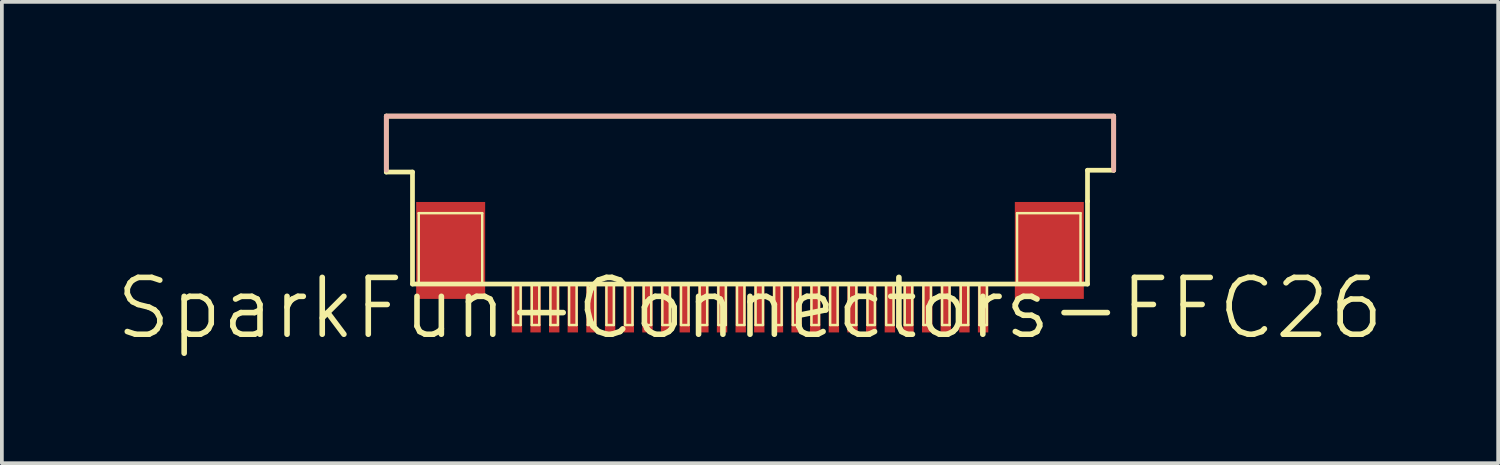
<source format=kicad_pcb>
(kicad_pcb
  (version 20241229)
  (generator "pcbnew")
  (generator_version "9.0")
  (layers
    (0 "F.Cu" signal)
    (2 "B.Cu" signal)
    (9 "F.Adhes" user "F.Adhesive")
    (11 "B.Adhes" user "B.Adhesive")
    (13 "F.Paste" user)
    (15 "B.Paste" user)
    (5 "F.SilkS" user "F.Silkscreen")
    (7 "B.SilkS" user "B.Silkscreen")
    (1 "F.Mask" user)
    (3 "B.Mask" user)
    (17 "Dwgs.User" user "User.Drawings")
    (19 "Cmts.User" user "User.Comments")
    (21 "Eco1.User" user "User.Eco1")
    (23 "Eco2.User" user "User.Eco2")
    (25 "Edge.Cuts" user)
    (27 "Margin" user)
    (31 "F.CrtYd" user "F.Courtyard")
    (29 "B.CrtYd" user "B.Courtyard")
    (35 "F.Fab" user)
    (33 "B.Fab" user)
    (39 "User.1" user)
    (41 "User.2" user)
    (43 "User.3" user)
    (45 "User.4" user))
  (footprint "SparkFun-Connectors-FFC26"
    (layer "F.Cu")
    (at 17.054 5.212)
    (property "Reference" "SparkFun-Connectors-FFC26" (at 0 0 0) (layer "F.SilkS") (effects (font (size 1.524 1.524) (thickness 0.15))))
    (attr smd)
    (fp_line (start -9.749 -5.149) (end -9.749 -3.65) (stroke (width 0.127) (type solid)) (layer "F.SilkS"))
    (fp_line (start -9.749 -5.149) (end 9.749 -5.149) (stroke (width 0.127) (type solid)) (layer "F.SilkS"))
    (fp_line (start -9.749 -3.65) (end -9.047 -3.65) (stroke (width 0.127) (type solid)) (layer "F.SilkS"))
    (fp_line (start -9.047 -3.65) (end -9.047 -0.648) (stroke (width 0.127) (type solid)) (layer "F.SilkS"))
    (fp_line (start -9.047 -0.648) (end 9.047 -0.648) (stroke (width 0.127) (type solid)) (layer "F.SilkS"))
    (fp_line (start -8.88 -2.548) (end -7.178 -2.548) (stroke (width 0.066) (type solid)) (layer "F.SilkS"))
    (fp_line (start -8.88 -0.648) (end -8.88 -2.548) (stroke (width 0.066) (type solid)) (layer "F.SilkS"))
    (fp_line (start -8.88 -0.648) (end -7.178 -0.648) (stroke (width 0.066) (type solid)) (layer "F.SilkS"))
    (fp_line (start -7.178 -0.648) (end -7.178 -2.548) (stroke (width 0.066) (type solid)) (layer "F.SilkS"))
    (fp_line (start -6.35 -0.648) (end -6.149 -0.648) (stroke (width 0.066) (type solid)) (layer "F.SilkS"))
    (fp_line (start -6.35 0.45) (end -6.35 -0.648) (stroke (width 0.066) (type solid)) (layer "F.SilkS"))
    (fp_line (start -6.35 0.45) (end -6.149 0.45) (stroke (width 0.066) (type solid)) (layer "F.SilkS"))
    (fp_line (start -6.149 0.45) (end -6.149 -0.648) (stroke (width 0.066) (type solid)) (layer "F.SilkS"))
    (fp_line (start -5.85 -0.648) (end -5.649 -0.648) (stroke (width 0.066) (type solid)) (layer "F.SilkS"))
    (fp_line (start -5.85 0.45) (end -5.85 -0.648) (stroke (width 0.066) (type solid)) (layer "F.SilkS"))
    (fp_line (start -5.85 0.45) (end -5.649 0.45) (stroke (width 0.066) (type solid)) (layer "F.SilkS"))
    (fp_line (start -5.649 0.45) (end -5.649 -0.648) (stroke (width 0.066) (type solid)) (layer "F.SilkS"))
    (fp_line (start -5.349 -0.648) (end -5.149 -0.648) (stroke (width 0.066) (type solid)) (layer "F.SilkS"))
    (fp_line (start -5.349 0.45) (end -5.349 -0.648) (stroke (width 0.066) (type solid)) (layer "F.SilkS"))
    (fp_line (start -5.349 0.45) (end -5.149 0.45) (stroke (width 0.066) (type solid)) (layer "F.SilkS"))
    (fp_line (start -5.149 0.45) (end -5.149 -0.648) (stroke (width 0.066) (type solid)) (layer "F.SilkS"))
    (fp_line (start -4.849 -0.648) (end -4.648 -0.648) (stroke (width 0.066) (type solid)) (layer "F.SilkS"))
    (fp_line (start -4.849 0.45) (end -4.849 -0.648) (stroke (width 0.066) (type solid)) (layer "F.SilkS"))
    (fp_line (start -4.849 0.45) (end -4.648 0.45) (stroke (width 0.066) (type solid)) (layer "F.SilkS"))
    (fp_line (start -4.648 0.45) (end -4.648 -0.648) (stroke (width 0.066) (type solid)) (layer "F.SilkS"))
    (fp_line (start -4.348 -0.648) (end -4.148 -0.648) (stroke (width 0.066) (type solid)) (layer "F.SilkS"))
    (fp_line (start -4.348 0.45) (end -4.348 -0.648) (stroke (width 0.066) (type solid)) (layer "F.SilkS"))
    (fp_line (start -4.348 0.45) (end -4.148 0.45) (stroke (width 0.066) (type solid)) (layer "F.SilkS"))
    (fp_line (start -4.148 0.45) (end -4.148 -0.648) (stroke (width 0.066) (type solid)) (layer "F.SilkS"))
    (fp_line (start -3.848 -0.648) (end -3.65 -0.648) (stroke (width 0.066) (type solid)) (layer "F.SilkS"))
    (fp_line (start -3.848 0.45) (end -3.848 -0.648) (stroke (width 0.066) (type solid)) (layer "F.SilkS"))
    (fp_line (start -3.848 0.45) (end -3.65 0.45) (stroke (width 0.066) (type solid)) (layer "F.SilkS"))
    (fp_line (start -3.65 0.45) (end -3.65 -0.648) (stroke (width 0.066) (type solid)) (layer "F.SilkS"))
    (fp_line (start -3.348 -0.648) (end -3.15 -0.648) (stroke (width 0.066) (type solid)) (layer "F.SilkS"))
    (fp_line (start -3.348 0.45) (end -3.348 -0.648) (stroke (width 0.066) (type solid)) (layer "F.SilkS"))
    (fp_line (start -3.348 0.45) (end -3.15 0.45) (stroke (width 0.066) (type solid)) (layer "F.SilkS"))
    (fp_line (start -3.15 0.45) (end -3.15 -0.648) (stroke (width 0.066) (type solid)) (layer "F.SilkS"))
    (fp_line (start -2.85 -0.648) (end -2.649 -0.648) (stroke (width 0.066) (type solid)) (layer "F.SilkS"))
    (fp_line (start -2.85 0.45) (end -2.85 -0.648) (stroke (width 0.066) (type solid)) (layer "F.SilkS"))
    (fp_line (start -2.85 0.45) (end -2.649 0.45) (stroke (width 0.066) (type solid)) (layer "F.SilkS"))
    (fp_line (start -2.649 0.45) (end -2.649 -0.648) (stroke (width 0.066) (type solid)) (layer "F.SilkS"))
    (fp_line (start -2.349 -0.648) (end -2.149 -0.648) (stroke (width 0.066) (type solid)) (layer "F.SilkS"))
    (fp_line (start -2.349 0.45) (end -2.349 -0.648) (stroke (width 0.066) (type solid)) (layer "F.SilkS"))
    (fp_line (start -2.349 0.45) (end -2.149 0.45) (stroke (width 0.066) (type solid)) (layer "F.SilkS"))
    (fp_line (start -2.149 0.45) (end -2.149 -0.648) (stroke (width 0.066) (type solid)) (layer "F.SilkS"))
    (fp_line (start -1.849 -0.648) (end -1.648 -0.648) (stroke (width 0.066) (type solid)) (layer "F.SilkS"))
    (fp_line (start -1.849 0.45) (end -1.849 -0.648) (stroke (width 0.066) (type solid)) (layer "F.SilkS"))
    (fp_line (start -1.849 0.45) (end -1.648 0.45) (stroke (width 0.066) (type solid)) (layer "F.SilkS"))
    (fp_line (start -1.648 0.45) (end -1.648 -0.648) (stroke (width 0.066) (type solid)) (layer "F.SilkS"))
    (fp_line (start -1.349 -0.648) (end -1.148 -0.648) (stroke (width 0.066) (type solid)) (layer "F.SilkS"))
    (fp_line (start -1.349 0.45) (end -1.349 -0.648) (stroke (width 0.066) (type solid)) (layer "F.SilkS"))
    (fp_line (start -1.349 0.45) (end -1.148 0.45) (stroke (width 0.066) (type solid)) (layer "F.SilkS"))
    (fp_line (start -1.148 0.45) (end -1.148 -0.648) (stroke (width 0.066) (type solid)) (layer "F.SilkS"))
    (fp_line (start -0.848 -0.648) (end -0.648 -0.648) (stroke (width 0.066) (type solid)) (layer "F.SilkS"))
    (fp_line (start -0.848 0.45) (end -0.848 -0.648) (stroke (width 0.066) (type solid)) (layer "F.SilkS"))
    (fp_line (start -0.848 0.45) (end -0.648 0.45) (stroke (width 0.066) (type solid)) (layer "F.SilkS"))
    (fp_line (start -0.648 0.45) (end -0.648 -0.648) (stroke (width 0.066) (type solid)) (layer "F.SilkS"))
    (fp_line (start -0.348 -0.648) (end -0.15 -0.648) (stroke (width 0.066) (type solid)) (layer "F.SilkS"))
    (fp_line (start -0.348 0.45) (end -0.348 -0.648) (stroke (width 0.066) (type solid)) (layer "F.SilkS"))
    (fp_line (start -0.348 0.45) (end -0.15 0.45) (stroke (width 0.066) (type solid)) (layer "F.SilkS"))
    (fp_line (start -0.15 0.45) (end -0.15 -0.648) (stroke (width 0.066) (type solid)) (layer "F.SilkS"))
    (fp_line (start 0.15 -0.648) (end 0.348 -0.648) (stroke (width 0.066) (type solid)) (layer "F.SilkS"))
    (fp_line (start 0.15 0.45) (end 0.15 -0.648) (stroke (width 0.066) (type solid)) (layer "F.SilkS"))
    (fp_line (start 0.15 0.45) (end 0.348 0.45) (stroke (width 0.066) (type solid)) (layer "F.SilkS"))
    (fp_line (start 0.348 0.45) (end 0.348 -0.648) (stroke (width 0.066) (type solid)) (layer "F.SilkS"))
    (fp_line (start 0.648 -0.648) (end 0.848 -0.648) (stroke (width 0.066) (type solid)) (layer "F.SilkS"))
    (fp_line (start 0.648 0.45) (end 0.648 -0.648) (stroke (width 0.066) (type solid)) (layer "F.SilkS"))
    (fp_line (start 0.648 0.45) (end 0.848 0.45) (stroke (width 0.066) (type solid)) (layer "F.SilkS"))
    (fp_line (start 0.848 0.45) (end 0.848 -0.648) (stroke (width 0.066) (type solid)) (layer "F.SilkS"))
    (fp_line (start 1.148 -0.648) (end 1.349 -0.648) (stroke (width 0.066) (type solid)) (layer "F.SilkS"))
    (fp_line (start 1.148 0.45) (end 1.148 -0.648) (stroke (width 0.066) (type solid)) (layer "F.SilkS"))
    (fp_line (start 1.148 0.45) (end 1.349 0.45) (stroke (width 0.066) (type solid)) (layer "F.SilkS"))
    (fp_line (start 1.349 0.45) (end 1.349 -0.648) (stroke (width 0.066) (type solid)) (layer "F.SilkS"))
    (fp_line (start 1.648 -0.648) (end 1.849 -0.648) (stroke (width 0.066) (type solid)) (layer "F.SilkS"))
    (fp_line (start 1.648 0.45) (end 1.648 -0.648) (stroke (width 0.066) (type solid)) (layer "F.SilkS"))
    (fp_line (start 1.648 0.45) (end 1.849 0.45) (stroke (width 0.066) (type solid)) (layer "F.SilkS"))
    (fp_line (start 1.849 0.45) (end 1.849 -0.648) (stroke (width 0.066) (type solid)) (layer "F.SilkS"))
    (fp_line (start 2.149 -0.648) (end 2.349 -0.648) (stroke (width 0.066) (type solid)) (layer "F.SilkS"))
    (fp_line (start 2.149 0.45) (end 2.149 -0.648) (stroke (width 0.066) (type solid)) (layer "F.SilkS"))
    (fp_line (start 2.149 0.45) (end 2.349 0.45) (stroke (width 0.066) (type solid)) (layer "F.SilkS"))
    (fp_line (start 2.349 0.45) (end 2.349 -0.648) (stroke (width 0.066) (type solid)) (layer "F.SilkS"))
    (fp_line (start 2.649 -0.648) (end 2.85 -0.648) (stroke (width 0.066) (type solid)) (layer "F.SilkS"))
    (fp_line (start 2.649 0.45) (end 2.649 -0.648) (stroke (width 0.066) (type solid)) (layer "F.SilkS"))
    (fp_line (start 2.649 0.45) (end 2.85 0.45) (stroke (width 0.066) (type solid)) (layer "F.SilkS"))
    (fp_line (start 2.85 0.45) (end 2.85 -0.648) (stroke (width 0.066) (type solid)) (layer "F.SilkS"))
    (fp_line (start 3.15 -0.648) (end 3.348 -0.648) (stroke (width 0.066) (type solid)) (layer "F.SilkS"))
    (fp_line (start 3.15 0.45) (end 3.15 -0.648) (stroke (width 0.066) (type solid)) (layer "F.SilkS"))
    (fp_line (start 3.15 0.45) (end 3.348 0.45) (stroke (width 0.066) (type solid)) (layer "F.SilkS"))
    (fp_line (start 3.348 0.45) (end 3.348 -0.648) (stroke (width 0.066) (type solid)) (layer "F.SilkS"))
    (fp_line (start 3.65 -0.648) (end 3.848 -0.648) (stroke (width 0.066) (type solid)) (layer "F.SilkS"))
    (fp_line (start 3.65 0.45) (end 3.65 -0.648) (stroke (width 0.066) (type solid)) (layer "F.SilkS"))
    (fp_line (start 3.65 0.45) (end 3.848 0.45) (stroke (width 0.066) (type solid)) (layer "F.SilkS"))
    (fp_line (start 3.848 0.45) (end 3.848 -0.648) (stroke (width 0.066) (type solid)) (layer "F.SilkS"))
    (fp_line (start 4.148 -0.648) (end 4.348 -0.648) (stroke (width 0.066) (type solid)) (layer "F.SilkS"))
    (fp_line (start 4.148 0.45) (end 4.148 -0.648) (stroke (width 0.066) (type solid)) (layer "F.SilkS"))
    (fp_line (start 4.148 0.45) (end 4.348 0.45) (stroke (width 0.066) (type solid)) (layer "F.SilkS"))
    (fp_line (start 4.348 0.45) (end 4.348 -0.648) (stroke (width 0.066) (type solid)) (layer "F.SilkS"))
    (fp_line (start 4.648 -0.648) (end 4.849 -0.648) (stroke (width 0.066) (type solid)) (layer "F.SilkS"))
    (fp_line (start 4.648 0.45) (end 4.648 -0.648) (stroke (width 0.066) (type solid)) (layer "F.SilkS"))
    (fp_line (start 4.648 0.45) (end 4.849 0.45) (stroke (width 0.066) (type solid)) (layer "F.SilkS"))
    (fp_line (start 4.849 0.45) (end 4.849 -0.648) (stroke (width 0.066) (type solid)) (layer "F.SilkS"))
    (fp_line (start 5.149 -0.648) (end 5.349 -0.648) (stroke (width 0.066) (type solid)) (layer "F.SilkS"))
    (fp_line (start 5.149 0.45) (end 5.149 -0.648) (stroke (width 0.066) (type solid)) (layer "F.SilkS"))
    (fp_line (start 5.149 0.45) (end 5.349 0.45) (stroke (width 0.066) (type solid)) (layer "F.SilkS"))
    (fp_line (start 5.349 0.45) (end 5.349 -0.648) (stroke (width 0.066) (type solid)) (layer "F.SilkS"))
    (fp_line (start 5.649 -0.648) (end 5.85 -0.648) (stroke (width 0.066) (type solid)) (layer "F.SilkS"))
    (fp_line (start 5.649 0.45) (end 5.649 -0.648) (stroke (width 0.066) (type solid)) (layer "F.SilkS"))
    (fp_line (start 5.649 0.45) (end 5.85 0.45) (stroke (width 0.066) (type solid)) (layer "F.SilkS"))
    (fp_line (start 5.85 0.45) (end 5.85 -0.648) (stroke (width 0.066) (type solid)) (layer "F.SilkS"))
    (fp_line (start 6.149 -0.648) (end 6.35 -0.648) (stroke (width 0.066) (type solid)) (layer "F.SilkS"))
    (fp_line (start 6.149 0.45) (end 6.149 -0.648) (stroke (width 0.066) (type solid)) (layer "F.SilkS"))
    (fp_line (start 6.149 0.45) (end 6.35 0.45) (stroke (width 0.066) (type solid)) (layer "F.SilkS"))
    (fp_line (start 6.35 0.45) (end 6.35 -0.648) (stroke (width 0.066) (type solid)) (layer "F.SilkS"))
    (fp_line (start 7.158 -2.548) (end 8.86 -2.548) (stroke (width 0.066) (type solid)) (layer "F.SilkS"))
    (fp_line (start 7.158 -0.648) (end 7.158 -2.548) (stroke (width 0.066) (type solid)) (layer "F.SilkS"))
    (fp_line (start 7.158 -0.648) (end 8.86 -0.648) (stroke (width 0.066) (type solid)) (layer "F.SilkS"))
    (fp_line (start 8.86 -0.648) (end 8.86 -2.548) (stroke (width 0.066) (type solid)) (layer "F.SilkS"))
    (fp_line (start 9.047 -3.698) (end 9.749 -3.698) (stroke (width 0.127) (type solid)) (layer "F.SilkS"))
    (fp_line (start 9.047 -2.868) (end 9.047 -3.698) (stroke (width 0.127) (type solid)) (layer "F.SilkS"))
    (fp_line (start 9.047 -0.648) (end 9.047 -2.868) (stroke (width 0.127) (type solid)) (layer "F.SilkS"))
    (fp_line (start 9.749 -3.698) (end 9.749 -5.149) (stroke (width 0.127) (type solid)) (layer "F.SilkS"))
    (fp_line (start -9.749 -5.149) (end 9.749 -5.149) (stroke (width 0.127) (type solid)) (layer "B.SilkS"))
    (fp_line (start -9.749 -3.698) (end -9.749 -5.149) (stroke (width 0.127) (type solid)) (layer "B.SilkS"))
    (fp_line (start 9.749 -3.698) (end 9.749 -5.149) (stroke (width 0.127) (type solid)) (layer "B.SilkS"))
    (pad "1" smd rect (at 6.248 0 180) (size 0.279 1.298) (layers "F.Cu" "F.Mask" "F.Paste"))
    (pad "2" smd rect (at 5.748 0 180) (size 0.279 1.298) (layers "F.Cu" "F.Mask" "F.Paste"))
    (pad "3" smd rect (at 5.248 0 180) (size 0.279 1.298) (layers "F.Cu" "F.Mask" "F.Paste"))
    (pad "4" smd rect (at 4.75 0 180) (size 0.279 1.298) (layers "F.Cu" "F.Mask" "F.Paste"))
    (pad "5" smd rect (at 4.249 0 180) (size 0.279 1.298) (layers "F.Cu" "F.Mask" "F.Paste"))
    (pad "6" smd rect (at 3.749 0 180) (size 0.279 1.298) (layers "F.Cu" "F.Mask" "F.Paste"))
    (pad "7" smd rect (at 3.249 0 180) (size 0.279 1.298) (layers "F.Cu" "F.Mask" "F.Paste"))
    (pad "8" smd rect (at 2.748 0 180) (size 0.279 1.298) (layers "F.Cu" "F.Mask" "F.Paste"))
    (pad "9" smd rect (at 2.248 0 180) (size 0.279 1.298) (layers "F.Cu" "F.Mask" "F.Paste"))
    (pad "10" smd rect (at 1.748 0 180) (size 0.279 1.298) (layers "F.Cu" "F.Mask" "F.Paste"))
    (pad "11" smd rect (at 1.25 0 180) (size 0.279 1.298) (layers "F.Cu" "F.Mask" "F.Paste"))
    (pad "12" smd rect (at 0.749 0 180) (size 0.279 1.298) (layers "F.Cu" "F.Mask" "F.Paste"))
    (pad "13" smd rect (at 0.249 0 180) (size 0.279 1.298) (layers "F.Cu" "F.Mask" "F.Paste"))
    (pad "14" smd rect (at -0.249 0 180) (size 0.279 1.298) (layers "F.Cu" "F.Mask" "F.Paste"))
    (pad "15" smd rect (at -0.749 0 180) (size 0.279 1.298) (layers "F.Cu" "F.Mask" "F.Paste"))
    (pad "16" smd rect (at -1.25 0 180) (size 0.279 1.298) (layers "F.Cu" "F.Mask" "F.Paste"))
    (pad "17" smd rect (at -1.748 0 180) (size 0.279 1.298) (layers "F.Cu" "F.Mask" "F.Paste"))
    (pad "18" smd rect (at -2.248 0 180) (size 0.279 1.298) (layers "F.Cu" "F.Mask" "F.Paste"))
    (pad "19" smd rect (at -2.748 0 180) (size 0.279 1.298) (layers "F.Cu" "F.Mask" "F.Paste"))
    (pad "20" smd rect (at -3.249 0 180) (size 0.279 1.298) (layers "F.Cu" "F.Mask" "F.Paste"))
    (pad "21" smd rect (at -3.749 0 180) (size 0.279 1.298) (layers "F.Cu" "F.Mask" "F.Paste"))
    (pad "22" smd rect (at -4.249 0 180) (size 0.279 1.298) (layers "F.Cu" "F.Mask" "F.Paste"))
    (pad "23" smd rect (at -4.75 0 180) (size 0.279 1.298) (layers "F.Cu" "F.Mask" "F.Paste"))
    (pad "24" smd rect (at -5.248 0 180) (size 0.279 1.298) (layers "F.Cu" "F.Mask" "F.Paste"))
    (pad "25" smd rect (at -5.748 0 180) (size 0.279 1.298) (layers "F.Cu" "F.Mask" "F.Paste"))
    (pad "26" smd rect (at -6.248 0 180) (size 0.279 1.298) (layers "F.Cu" "F.Mask" "F.Paste"))
    (pad "P$1" smd rect (at 8.024 -1.549 90) (size 2.598 1.849) (layers "F.Cu" "F.Mask" "F.Paste"))
    (pad "P$3" smd rect (at -8.024 -1.549 90) (size 2.598 1.849) (layers "F.Cu" "F.Mask" "F.Paste")))
  (gr_rect
    (start -3 -3)
    (end 37.109 9.367)
    (stroke (width 0.1) (type default))
    (fill no)
    (layer "Edge.Cuts")))
</source>
